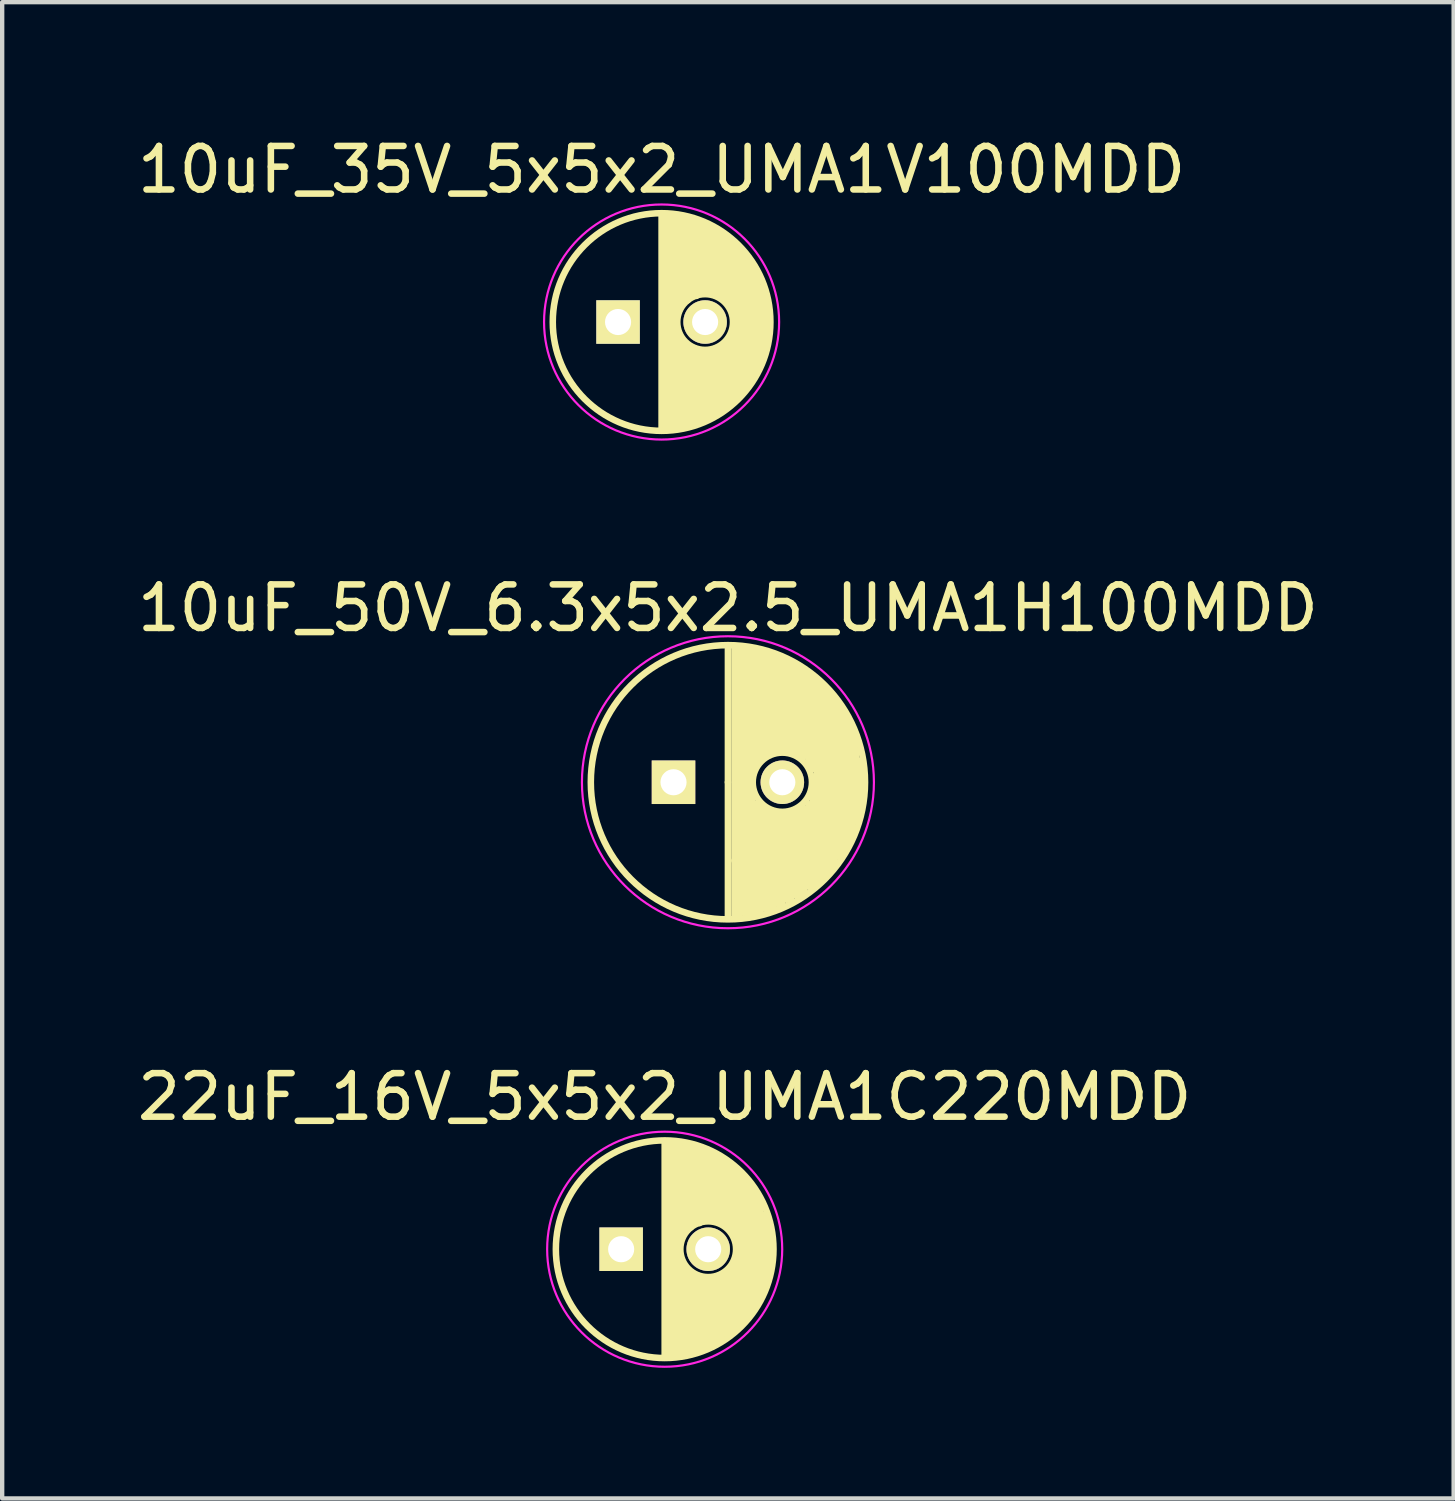
<source format=kicad_pcb>
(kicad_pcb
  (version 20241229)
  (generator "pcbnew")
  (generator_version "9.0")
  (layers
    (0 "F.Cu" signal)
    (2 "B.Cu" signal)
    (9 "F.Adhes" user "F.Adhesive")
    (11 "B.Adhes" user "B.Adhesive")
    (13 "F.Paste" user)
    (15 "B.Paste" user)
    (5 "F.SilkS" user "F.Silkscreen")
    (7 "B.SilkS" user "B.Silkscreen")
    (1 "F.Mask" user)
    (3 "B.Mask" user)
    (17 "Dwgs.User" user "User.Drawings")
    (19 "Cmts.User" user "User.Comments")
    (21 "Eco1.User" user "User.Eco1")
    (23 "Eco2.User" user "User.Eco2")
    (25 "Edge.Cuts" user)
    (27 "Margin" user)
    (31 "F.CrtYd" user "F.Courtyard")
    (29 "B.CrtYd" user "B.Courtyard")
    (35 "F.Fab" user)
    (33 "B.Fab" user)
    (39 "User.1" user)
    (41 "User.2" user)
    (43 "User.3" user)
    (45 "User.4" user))
  (footprint "10uF_50V_6.3x5x2.5_UMA1H100MDD"
    (layer "F.Cu")
    (at 13.673 14.921)
    (property "Reference" "10uF_50V_6.3x5x2.5_UMA1H100MDD" (at 0 -4 0) (layer "F.SilkS") (effects (font (size 1 1) (thickness 0.15))))
    (attr through_hole)
    (fp_line (start 0 0) (end 0 -3.1) (stroke (width 0.15) (type solid)) (layer "F.SilkS"))
    (fp_line (start 0 0) (end 0 3.1) (stroke (width 0.15) (type solid)) (layer "F.SilkS"))
    (fp_line (start 0.15 1.8) (end 0.15 -3.1) (stroke (width 0.15) (type solid)) (layer "F.SilkS"))
    (fp_line (start 0.15 3.1) (end 0.15 1.8) (stroke (width 0.15) (type solid)) (layer "F.SilkS"))
    (fp_line (start 0.25 -3.1) (end 0.25 3.1) (stroke (width 0.15) (type solid)) (layer "F.SilkS"))
    (fp_line (start 0.35 3) (end 0.35 -3) (stroke (width 0.15) (type solid)) (layer "F.SilkS"))
    (fp_line (start 0.45 -3.1) (end 0.45 3.1) (stroke (width 0.15) (type solid)) (layer "F.SilkS"))
    (fp_line (start 0.55 -3) (end 0.55 -0.2) (stroke (width 0.15) (type solid)) (layer "F.SilkS"))
    (fp_line (start 0.55 0.2) (end 0.55 3) (stroke (width 0.15) (type solid)) (layer "F.SilkS"))
    (fp_line (start 0.65 -3) (end 0.55 -3) (stroke (width 0.15) (type solid)) (layer "F.SilkS"))
    (fp_line (start 0.65 -0.4) (end 0.65 -3) (stroke (width 0.15) (type solid)) (layer "F.SilkS"))
    (fp_line (start 0.65 3) (end 0.65 0.5) (stroke (width 0.15) (type solid)) (layer "F.SilkS"))
    (fp_line (start 0.75 -3) (end 0.75 -0.6) (stroke (width 0.15) (type solid)) (layer "F.SilkS"))
    (fp_line (start 0.75 -0.6) (end 0.65 -0.4) (stroke (width 0.15) (type solid)) (layer "F.SilkS"))
    (fp_line (start 0.75 0.5) (end 0.75 3) (stroke (width 0.15) (type solid)) (layer "F.SilkS"))
    (fp_line (start 0.85 -2.9) (end 0.75 -3) (stroke (width 0.15) (type solid)) (layer "F.SilkS"))
    (fp_line (start 0.85 -0.6) (end 0.85 -2.9) (stroke (width 0.15) (type solid)) (layer "F.SilkS"))
    (fp_line (start 0.85 2.9) (end 0.85 0.6) (stroke (width 0.15) (type solid)) (layer "F.SilkS"))
    (fp_line (start 0.95 -2.9) (end 0.95 -0.7) (stroke (width 0.15) (type solid)) (layer "F.SilkS"))
    (fp_line (start 0.95 -0.7) (end 0.85 -0.6) (stroke (width 0.15) (type solid)) (layer "F.SilkS"))
    (fp_line (start 0.95 0.7) (end 0.95 2.9) (stroke (width 0.15) (type solid)) (layer "F.SilkS"))
    (fp_line (start 1.05 -2.9) (end 1.15 -2.8) (stroke (width 0.15) (type solid)) (layer "F.SilkS"))
    (fp_line (start 1.05 -2.8) (end 0.95 -2.9) (stroke (width 0.15) (type solid)) (layer "F.SilkS"))
    (fp_line (start 1.05 -0.7) (end 1.05 -2.8) (stroke (width 0.15) (type solid)) (layer "F.SilkS"))
    (fp_line (start 1.05 2.9) (end 1.05 0.7) (stroke (width 0.15) (type solid)) (layer "F.SilkS"))
    (fp_line (start 1.15 -2.8) (end 1.15 -0.7) (stroke (width 0.15) (type solid)) (layer "F.SilkS"))
    (fp_line (start 1.15 -0.7) (end 1.05 -0.7) (stroke (width 0.15) (type solid)) (layer "F.SilkS"))
    (fp_line (start 1.15 0.7) (end 1.15 2.8) (stroke (width 0.15) (type solid)) (layer "F.SilkS"))
    (fp_line (start 1.25 -2.8) (end 1.05 -2.9) (stroke (width 0.15) (type solid)) (layer "F.SilkS"))
    (fp_line (start 1.25 -0.8) (end 1.25 -2.8) (stroke (width 0.15) (type solid)) (layer "F.SilkS"))
    (fp_line (start 1.25 2.8) (end 1.25 0.8) (stroke (width 0.15) (type solid)) (layer "F.SilkS"))
    (fp_line (start 1.35 -2.8) (end 1.35 -0.7) (stroke (width 0.15) (type solid)) (layer "F.SilkS"))
    (fp_line (start 1.35 -0.7) (end 1.25 -0.8) (stroke (width 0.15) (type solid)) (layer "F.SilkS"))
    (fp_line (start 1.35 0.7) (end 1.35 2.7) (stroke (width 0.15) (type solid)) (layer "F.SilkS"))
    (fp_line (start 1.45 -2.7) (end 1.35 -2.8) (stroke (width 0.15) (type solid)) (layer "F.SilkS"))
    (fp_line (start 1.45 -0.7) (end 1.45 -2.7) (stroke (width 0.15) (type solid)) (layer "F.SilkS"))
    (fp_line (start 1.45 2.7) (end 1.45 0.7) (stroke (width 0.15) (type solid)) (layer "F.SilkS"))
    (fp_line (start 1.55 -2.7) (end 1.55 -0.7) (stroke (width 0.15) (type solid)) (layer "F.SilkS"))
    (fp_line (start 1.55 -0.7) (end 1.45 -0.7) (stroke (width 0.15) (type solid)) (layer "F.SilkS"))
    (fp_line (start 1.55 0.7) (end 1.55 2.6) (stroke (width 0.15) (type solid)) (layer "F.SilkS"))
    (fp_line (start 1.65 -2.6) (end 1.55 -2.7) (stroke (width 0.15) (type solid)) (layer "F.SilkS"))
    (fp_line (start 1.65 -2.5) (end 1.85 -2.5) (stroke (width 0.15) (type solid)) (layer "F.SilkS"))
    (fp_line (start 1.65 -0.6) (end 1.65 -2.6) (stroke (width 0.15) (type solid)) (layer "F.SilkS"))
    (fp_line (start 1.65 2.6) (end 1.65 0.6) (stroke (width 0.15) (type solid)) (layer "F.SilkS"))
    (fp_line (start 1.75 -2.5) (end 1.75 -0.6) (stroke (width 0.15) (type solid)) (layer "F.SilkS"))
    (fp_line (start 1.75 0.6) (end 1.75 2.5) (stroke (width 0.15) (type solid)) (layer "F.SilkS"))
    (fp_line (start 1.85 -0.4) (end 1.85 -2.4) (stroke (width 0.15) (type solid)) (layer "F.SilkS"))
    (fp_line (start 1.85 2.4) (end 1.85 0.5) (stroke (width 0.15) (type solid)) (layer "F.SilkS"))
    (fp_line (start 1.95 -2.4) (end 1.95 -0.3) (stroke (width 0.15) (type solid)) (layer "F.SilkS"))
    (fp_line (start 1.95 0.2) (end 1.95 0.4) (stroke (width 0.15) (type solid)) (layer "F.SilkS"))
    (fp_line (start 1.95 0.4) (end 1.95 2.4) (stroke (width 0.15) (type solid)) (layer "F.SilkS"))
    (fp_line (start 2.05 -2.3) (end 2.15 -2.2) (stroke (width 0.15) (type solid)) (layer "F.SilkS"))
    (fp_line (start 2.05 0) (end 2.05 -2.3) (stroke (width 0.15) (type solid)) (layer "F.SilkS"))
    (fp_line (start 2.05 2.3) (end 2.05 0) (stroke (width 0.15) (type solid)) (layer "F.SilkS"))
    (fp_line (start 2.15 -2.1) (end 2.15 2.2) (stroke (width 0.15) (type solid)) (layer "F.SilkS"))
    (fp_line (start 2.15 2.2) (end 2.25 2.1) (stroke (width 0.15) (type solid)) (layer "F.SilkS"))
    (fp_line (start 2.25 -2.1) (end 2.35 -1.9) (stroke (width 0.15) (type solid)) (layer "F.SilkS"))
    (fp_line (start 2.25 2.1) (end 2.25 -2.1) (stroke (width 0.15) (type solid)) (layer "F.SilkS"))
    (fp_line (start 2.35 -1.9) (end 2.35 2) (stroke (width 0.15) (type solid)) (layer "F.SilkS"))
    (fp_line (start 2.35 2) (end 2.45 1.8) (stroke (width 0.15) (type solid)) (layer "F.SilkS"))
    (fp_line (start 2.45 -1.9) (end 2.55 -1.7) (stroke (width 0.15) (type solid)) (layer "F.SilkS"))
    (fp_line (start 2.45 1.8) (end 2.45 -1.9) (stroke (width 0.15) (type solid)) (layer "F.SilkS"))
    (fp_line (start 2.55 -1.7) (end 2.55 1.7) (stroke (width 0.15) (type solid)) (layer "F.SilkS"))
    (fp_line (start 2.55 -1.7) (end 2.65 -1.5) (stroke (width 0.15) (type solid)) (layer "F.SilkS"))
    (fp_line (start 2.55 1.7) (end 2.65 1.5) (stroke (width 0.15) (type solid)) (layer "F.SilkS"))
    (fp_line (start 2.65 -1.5) (end 2.75 -1.3) (stroke (width 0.15) (type solid)) (layer "F.SilkS"))
    (fp_line (start 2.65 1.5) (end 2.65 -1.5) (stroke (width 0.15) (type solid)) (layer "F.SilkS"))
    (fp_line (start 2.75 -1.3) (end 2.75 1.4) (stroke (width 0.15) (type solid)) (layer "F.SilkS"))
    (fp_line (start 2.75 1.4) (end 2.85 1.1) (stroke (width 0.15) (type solid)) (layer "F.SilkS"))
    (fp_line (start 2.85 -1.2) (end 2.95 -0.7) (stroke (width 0.15) (type solid)) (layer "F.SilkS"))
    (fp_line (start 2.85 1.1) (end 2.85 -1.2) (stroke (width 0.15) (type solid)) (layer "F.SilkS"))
    (fp_line (start 2.95 -0.7) (end 2.95 0.9) (stroke (width 0.15) (type solid)) (layer "F.SilkS"))
    (fp_line (start 2.95 0.9) (end 3.05 0.3) (stroke (width 0.15) (type solid)) (layer "F.SilkS"))
    (fp_line (start 3.05 0.3) (end 3.05 -0.5) (stroke (width 0.15) (type solid)) (layer "F.SilkS"))
    (fp_circle (center 0 0) (end 0 3.15) (stroke (width 0.15) (type solid)) (fill no) (layer "F.SilkS"))
    (fp_circle (center 1.25 0) (end 1.65 0.55) (stroke (width 0.15) (type solid)) (fill no) (layer "F.SilkS"))
    (fp_circle (center 0 0) (end 0.6 3.3) (stroke (width 0.05) (type solid)) (fill no) (layer "F.CrtYd"))
    (pad "1" thru_hole rect (at -1.25 0) (size 1 1) (drill 0.6) (layers "*.Cu" "*.Mask" "F.SilkS"))
    (pad "2" thru_hole circle (at 1.25 0) (size 1 1) (drill 0.6) (layers "*.Cu" "*.Mask" "F.SilkS")))
  (footprint "22uF_16V_5x5x2_UMA1C220MDD"
    (layer "F.Cu")
    (at 12.22 25.649)
    (property "Reference" "22uF_16V_5x5x2_UMA1C220MDD" (at 0 -3.5 0) (layer "F.SilkS") (effects (font (size 1 1) (thickness 0.15))))
    (attr through_hole)
    (fp_line (start 0 -2.45) (end 0 2.45) (stroke (width 0.15) (type solid)) (layer "F.SilkS"))
    (fp_line (start 0.1 2.45) (end 0.1 -2.45) (stroke (width 0.15) (type solid)) (layer "F.SilkS"))
    (fp_line (start 0.2 -2.45) (end 0.2 2.45) (stroke (width 0.15) (type solid)) (layer "F.SilkS"))
    (fp_line (start 0.3 2.45) (end 0.3 -2.4) (stroke (width 0.15) (type solid)) (layer "F.SilkS"))
    (fp_line (start 0.35 0.25) (end 0.35 2.45) (stroke (width 0.15) (type solid)) (layer "F.SilkS"))
    (fp_line (start 0.4 -2.4) (end 0.4 -0.35) (stroke (width 0.15) (type solid)) (layer "F.SilkS"))
    (fp_line (start 0.45 2.4) (end 0.45 0.4) (stroke (width 0.15) (type solid)) (layer "F.SilkS"))
    (fp_line (start 0.5 -0.45) (end 0.5 -2.4) (stroke (width 0.15) (type solid)) (layer "F.SilkS"))
    (fp_line (start 0.55 0.5) (end 0.55 2.35) (stroke (width 0.15) (type solid)) (layer "F.SilkS"))
    (fp_line (start 0.6 -2.35) (end 0.6 -0.5) (stroke (width 0.15) (type solid)) (layer "F.SilkS"))
    (fp_line (start 0.65 0.6) (end 0.65 2.35) (stroke (width 0.15) (type solid)) (layer "F.SilkS"))
    (fp_line (start 0.7 -0.6) (end 0.7 -2.35) (stroke (width 0.15) (type solid)) (layer "F.SilkS"))
    (fp_line (start 0.75 0.6) (end 0.75 2.3) (stroke (width 0.15) (type solid)) (layer "F.SilkS"))
    (fp_line (start 0.8 -2.3) (end 0.8 -0.6) (stroke (width 0.15) (type solid)) (layer "F.SilkS"))
    (fp_line (start 0.85 0.65) (end 0.85 2.3) (stroke (width 0.15) (type solid)) (layer "F.SilkS"))
    (fp_line (start 0.9 -0.65) (end 0.9 -2.25) (stroke (width 0.15) (type solid)) (layer "F.SilkS"))
    (fp_line (start 0.95 2.25) (end 0.95 0.65) (stroke (width 0.15) (type solid)) (layer "F.SilkS"))
    (fp_line (start 1 -2.25) (end 1 -0.7) (stroke (width 0.15) (type solid)) (layer "F.SilkS"))
    (fp_line (start 1.05 0.65) (end 1.05 2.2) (stroke (width 0.15) (type solid)) (layer "F.SilkS"))
    (fp_line (start 1.1 -0.65) (end 1.1 -2.15) (stroke (width 0.15) (type solid)) (layer "F.SilkS"))
    (fp_line (start 1.15 2.2) (end 1.15 0.65) (stroke (width 0.15) (type solid)) (layer "F.SilkS"))
    (fp_line (start 1.2 -2.15) (end 1.2 -0.7) (stroke (width 0.15) (type solid)) (layer "F.SilkS"))
    (fp_line (start 1.25 0.6) (end 1.25 2.1) (stroke (width 0.15) (type solid)) (layer "F.SilkS"))
    (fp_line (start 1.3 -0.6) (end 1.3 -2.05) (stroke (width 0.15) (type solid)) (layer "F.SilkS"))
    (fp_line (start 1.3 0.6) (end 1.3 2.1) (stroke (width 0.15) (type solid)) (layer "F.SilkS"))
    (fp_line (start 1.4 -2) (end 1.4 -0.55) (stroke (width 0.15) (type solid)) (layer "F.SilkS"))
    (fp_line (start 1.4 2) (end 1.4 0.55) (stroke (width 0.15) (type solid)) (layer "F.SilkS"))
    (fp_line (start 1.5 -1.95) (end 1.5 -0.5) (stroke (width 0.15) (type solid)) (layer "F.SilkS"))
    (fp_line (start 1.5 0.45) (end 1.5 1.95) (stroke (width 0.15) (type solid)) (layer "F.SilkS"))
    (fp_line (start 1.6 -1.85) (end 1.6 -0.35) (stroke (width 0.15) (type solid)) (layer "F.SilkS"))
    (fp_line (start 1.6 0.35) (end 1.6 1.85) (stroke (width 0.15) (type solid)) (layer "F.SilkS"))
    (fp_line (start 1.7 -1.75) (end 1.7 1.75) (stroke (width 0.15) (type solid)) (layer "F.SilkS"))
    (fp_line (start 1.8 1.7) (end 1.8 -1.7) (stroke (width 0.15) (type solid)) (layer "F.SilkS"))
    (fp_line (start 1.9 -1.55) (end 1.9 1.55) (stroke (width 0.15) (type solid)) (layer "F.SilkS"))
    (fp_line (start 2 1.45) (end 2 -1.4) (stroke (width 0.15) (type solid)) (layer "F.SilkS"))
    (fp_line (start 2.1 -1.25) (end 2.1 1.25) (stroke (width 0.15) (type solid)) (layer "F.SilkS"))
    (fp_line (start 2.2 1.1) (end 2.2 -1.05) (stroke (width 0.15) (type solid)) (layer "F.SilkS"))
    (fp_line (start 2.3 -0.8) (end 2.3 0.85) (stroke (width 0.15) (type solid)) (layer "F.SilkS"))
    (fp_line (start 2.4 0.55) (end 2.4 -0.55) (stroke (width 0.15) (type solid)) (layer "F.SilkS"))
    (fp_circle (center 0 0) (end 0 2.5) (stroke (width 0.15) (type solid)) (fill no) (layer "F.SilkS"))
    (fp_circle (center 1 0) (end 1.4 0.5) (stroke (width 0.15) (type solid)) (fill no) (layer "F.SilkS"))
    (fp_circle (center 0 0) (end 0 2.7) (stroke (width 0.05) (type solid)) (fill no) (layer "F.CrtYd"))
    (pad "1" thru_hole rect (at -1 0) (size 1 1) (drill 0.6) (layers "*.Cu" "*.Mask" "F.SilkS"))
    (pad "2" thru_hole circle (at 1 0) (size 1 1) (drill 0.6) (layers "*.Cu" "*.Mask" "F.SilkS")))
  (footprint "10uF_35V_5x5x2_UMA1V100MDD"
    (layer "F.Cu")
    (at 12.149 4.348)
    (property "Reference" "10uF_35V_5x5x2_UMA1V100MDD" (at 0 -3.5 0) (layer "F.SilkS") (effects (font (size 1 1) (thickness 0.15))))
    (attr through_hole)
    (fp_line (start 0 -2.45) (end 0 2.45) (stroke (width 0.15) (type solid)) (layer "F.SilkS"))
    (fp_line (start 0.1 2.45) (end 0.1 -2.45) (stroke (width 0.15) (type solid)) (layer "F.SilkS"))
    (fp_line (start 0.2 -2.45) (end 0.2 2.45) (stroke (width 0.15) (type solid)) (layer "F.SilkS"))
    (fp_line (start 0.3 2.45) (end 0.3 -2.4) (stroke (width 0.15) (type solid)) (layer "F.SilkS"))
    (fp_line (start 0.35 0.25) (end 0.35 2.45) (stroke (width 0.15) (type solid)) (layer "F.SilkS"))
    (fp_line (start 0.4 -2.4) (end 0.4 -0.35) (stroke (width 0.15) (type solid)) (layer "F.SilkS"))
    (fp_line (start 0.45 2.4) (end 0.45 0.4) (stroke (width 0.15) (type solid)) (layer "F.SilkS"))
    (fp_line (start 0.5 -0.45) (end 0.5 -2.4) (stroke (width 0.15) (type solid)) (layer "F.SilkS"))
    (fp_line (start 0.55 0.5) (end 0.55 2.35) (stroke (width 0.15) (type solid)) (layer "F.SilkS"))
    (fp_line (start 0.6 -2.35) (end 0.6 -0.5) (stroke (width 0.15) (type solid)) (layer "F.SilkS"))
    (fp_line (start 0.65 0.6) (end 0.65 2.35) (stroke (width 0.15) (type solid)) (layer "F.SilkS"))
    (fp_line (start 0.7 -0.6) (end 0.7 -2.35) (stroke (width 0.15) (type solid)) (layer "F.SilkS"))
    (fp_line (start 0.75 0.6) (end 0.75 2.3) (stroke (width 0.15) (type solid)) (layer "F.SilkS"))
    (fp_line (start 0.8 -2.3) (end 0.8 -0.6) (stroke (width 0.15) (type solid)) (layer "F.SilkS"))
    (fp_line (start 0.85 0.65) (end 0.85 2.3) (stroke (width 0.15) (type solid)) (layer "F.SilkS"))
    (fp_line (start 0.9 -0.65) (end 0.9 -2.25) (stroke (width 0.15) (type solid)) (layer "F.SilkS"))
    (fp_line (start 0.95 2.25) (end 0.95 0.65) (stroke (width 0.15) (type solid)) (layer "F.SilkS"))
    (fp_line (start 1 -2.25) (end 1 -0.7) (stroke (width 0.15) (type solid)) (layer "F.SilkS"))
    (fp_line (start 1.05 0.65) (end 1.05 2.2) (stroke (width 0.15) (type solid)) (layer "F.SilkS"))
    (fp_line (start 1.1 -0.65) (end 1.1 -2.15) (stroke (width 0.15) (type solid)) (layer "F.SilkS"))
    (fp_line (start 1.15 2.2) (end 1.15 0.65) (stroke (width 0.15) (type solid)) (layer "F.SilkS"))
    (fp_line (start 1.2 -2.15) (end 1.2 -0.7) (stroke (width 0.15) (type solid)) (layer "F.SilkS"))
    (fp_line (start 1.25 0.6) (end 1.25 2.1) (stroke (width 0.15) (type solid)) (layer "F.SilkS"))
    (fp_line (start 1.3 -0.6) (end 1.3 -2.05) (stroke (width 0.15) (type solid)) (layer "F.SilkS"))
    (fp_line (start 1.3 0.6) (end 1.3 2.1) (stroke (width 0.15) (type solid)) (layer "F.SilkS"))
    (fp_line (start 1.4 -2) (end 1.4 -0.55) (stroke (width 0.15) (type solid)) (layer "F.SilkS"))
    (fp_line (start 1.4 2) (end 1.4 0.55) (stroke (width 0.15) (type solid)) (layer "F.SilkS"))
    (fp_line (start 1.5 -1.95) (end 1.5 -0.5) (stroke (width 0.15) (type solid)) (layer "F.SilkS"))
    (fp_line (start 1.5 0.45) (end 1.5 1.95) (stroke (width 0.15) (type solid)) (layer "F.SilkS"))
    (fp_line (start 1.6 -1.85) (end 1.6 -0.35) (stroke (width 0.15) (type solid)) (layer "F.SilkS"))
    (fp_line (start 1.6 0.35) (end 1.6 1.85) (stroke (width 0.15) (type solid)) (layer "F.SilkS"))
    (fp_line (start 1.7 -1.75) (end 1.7 1.75) (stroke (width 0.15) (type solid)) (layer "F.SilkS"))
    (fp_line (start 1.8 1.7) (end 1.8 -1.7) (stroke (width 0.15) (type solid)) (layer "F.SilkS"))
    (fp_line (start 1.9 -1.55) (end 1.9 1.55) (stroke (width 0.15) (type solid)) (layer "F.SilkS"))
    (fp_line (start 2 1.45) (end 2 -1.4) (stroke (width 0.15) (type solid)) (layer "F.SilkS"))
    (fp_line (start 2.1 -1.25) (end 2.1 1.25) (stroke (width 0.15) (type solid)) (layer "F.SilkS"))
    (fp_line (start 2.2 1.1) (end 2.2 -1.05) (stroke (width 0.15) (type solid)) (layer "F.SilkS"))
    (fp_line (start 2.3 -0.8) (end 2.3 0.85) (stroke (width 0.15) (type solid)) (layer "F.SilkS"))
    (fp_line (start 2.4 0.55) (end 2.4 -0.55) (stroke (width 0.15) (type solid)) (layer "F.SilkS"))
    (fp_circle (center 0 0) (end 0 2.5) (stroke (width 0.15) (type solid)) (fill no) (layer "F.SilkS"))
    (fp_circle (center 1 0) (end 1.4 0.5) (stroke (width 0.15) (type solid)) (fill no) (layer "F.SilkS"))
    (fp_circle (center 0 0) (end 0 2.7) (stroke (width 0.05) (type solid)) (fill no) (layer "F.CrtYd"))
    (pad "1" thru_hole rect (at -1 0) (size 1 1) (drill 0.6) (layers "*.Cu" "*.Mask" "F.SilkS"))
    (pad "2" thru_hole circle (at 1 0) (size 1 1) (drill 0.6) (layers "*.Cu" "*.Mask" "F.SilkS")))
  (gr_rect
    (start -3 -3)
    (end 30.345 31.374)
    (stroke (width 0.1) (type default))
    (fill no)
    (layer "Edge.Cuts")))
</source>
